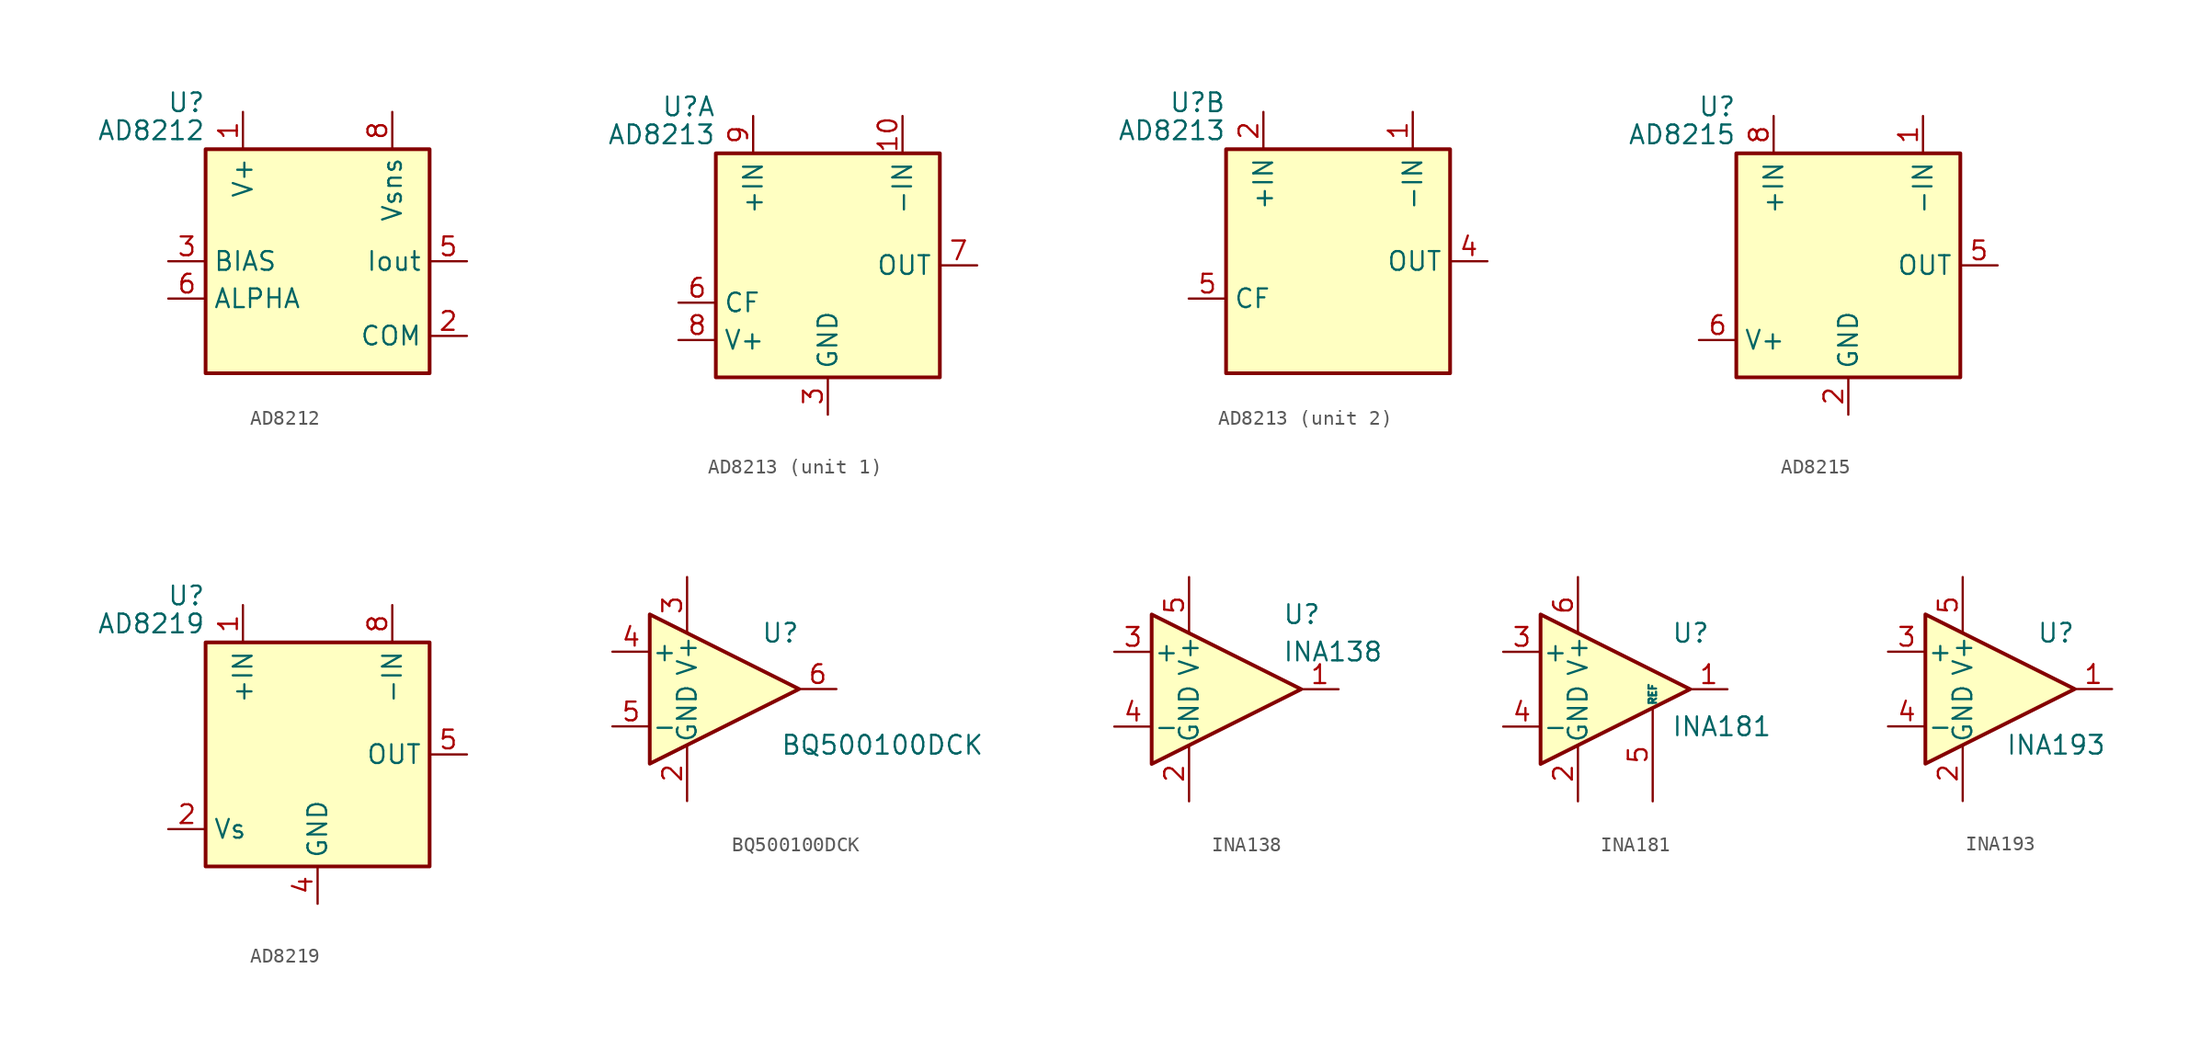
<source format=kicad_sym>
(kicad_symbol_lib
  (version 20220914)
  (generator kicad_symbol_editor)
  (symbol "AD8212"
    (property "Reference" "U"
      (at -7.62 10.795 0)
      (effects (font (size 1.27 1.27)) (justify right)))
    (property "Value" "AD8212"
      (at -7.62 8.89 0)
      (effects (font (size 1.27 1.27)) (justify right)))
    (symbol "AD8212_0_1"
      (rectangle (start -7.62 7.62) (end 7.62 -7.62) (stroke (width 0.254) (type default)) (fill (type background))))
    (symbol "AD8212_1_1"
      (pin power_in line (at -5.08 10.16 270) (length 2.54) (name "V+" (effects (font (size 1.27 1.27)))) (number "1" (effects (font (size 1.27 1.27)))))
      (pin input line (at 10.16 -5.08 180) (length 2.54) (name "COM" (effects (font (size 1.27 1.27)))) (number "2" (effects (font (size 1.27 1.27)))))
      (pin input line (at -10.16 0 0) (length 2.54) (name "BIAS" (effects (font (size 1.27 1.27)))) (number "3" (effects (font (size 1.27 1.27)))))
      (pin no_connect line (at -2.54 -7.62 90) (length 2.54) hide (name "NC" (effects (font (size 1.27 1.27)))) (number "4" (effects (font (size 1.27 1.27)))))
      (pin output line (at 10.16 0 180) (length 2.54) (name "Iout" (effects (font (size 1.27 1.27)))) (number "5" (effects (font (size 1.27 1.27)))))
      (pin output line (at -10.16 -2.54 0) (length 2.54) (name "ALPHA" (effects (font (size 1.27 1.27)))) (number "6" (effects (font (size 1.27 1.27)))))
      (pin no_connect line (at 0 -7.62 90) (length 2.54) hide (name "NC" (effects (font (size 1.27 1.27)))) (number "7" (effects (font (size 1.27 1.27)))))
      (pin input line (at 5.08 10.16 270) (length 2.54) (name "Vsns" (effects (font (size 1.27 1.27)))) (number "8" (effects (font (size 1.27 1.27)))))))
  (symbol "AD8213"
    (property "Reference" "U"
      (at -7.62 10.795 0)
      (effects (font (size 1.27 1.27)) (justify right)))
    (property "Value" "AD8213"
      (at -7.62 8.89 0)
      (effects (font (size 1.27 1.27)) (justify right)))
    (symbol "AD8213_0_1"
      (rectangle (start -7.62 7.62) (end 7.62 -7.62) (stroke (width 0.254) (type default)) (fill (type background))))
    (symbol "AD8213_1_1"
      (pin input line (at 5.08 10.16 270) (length 2.54) (name "-IN" (effects (font (size 1.27 1.27)))) (number "10" (effects (font (size 1.27 1.27)))))
      (pin power_in line (at 0 -10.16 90) (length 2.54) (name "GND" (effects (font (size 1.27 1.27)))) (number "3" (effects (font (size 1.27 1.27)))))
      (pin passive line (at -10.16 -2.54 0) (length 2.54) (name "CF" (effects (font (size 1.27 1.27)))) (number "6" (effects (font (size 1.27 1.27)))))
      (pin output line (at 10.16 0 180) (length 2.54) (name "OUT" (effects (font (size 1.27 1.27)))) (number "7" (effects (font (size 1.27 1.27)))))
      (pin power_in line (at -10.16 -5.08 0) (length 2.54) (name "V+" (effects (font (size 1.27 1.27)))) (number "8" (effects (font (size 1.27 1.27)))))
      (pin input line (at -5.08 10.16 270) (length 2.54) (name "+IN" (effects (font (size 1.27 1.27)))) (number "9" (effects (font (size 1.27 1.27))))))
    (symbol "AD8213_2_1"
      (pin input line (at 5.08 10.16 270) (length 2.54) (name "-IN" (effects (font (size 1.27 1.27)))) (number "1" (effects (font (size 1.27 1.27)))))
      (pin input line (at -5.08 10.16 270) (length 2.54) (name "+IN" (effects (font (size 1.27 1.27)))) (number "2" (effects (font (size 1.27 1.27)))))
      (pin output line (at 10.16 0 180) (length 2.54) (name "OUT" (effects (font (size 1.27 1.27)))) (number "4" (effects (font (size 1.27 1.27)))))
      (pin passive line (at -10.16 -2.54 0) (length 2.54) (name "CF" (effects (font (size 1.27 1.27)))) (number "5" (effects (font (size 1.27 1.27)))))))
  (symbol "AD8215"
    (property "Reference" "U"
      (at -7.62 10.795 0)
      (effects (font (size 1.27 1.27)) (justify right)))
    (property "Value" "AD8215"
      (at -7.62 8.89 0)
      (effects (font (size 1.27 1.27)) (justify right)))
    (symbol "AD8215_0_1"
      (rectangle (start -7.62 7.62) (end 7.62 -7.62) (stroke (width 0.254) (type default)) (fill (type background))))
    (symbol "AD8215_1_1"
      (pin input line (at 5.08 10.16 270) (length 2.54) (name "-IN" (effects (font (size 1.27 1.27)))) (number "1" (effects (font (size 1.27 1.27)))))
      (pin power_in line (at 0 -10.16 90) (length 2.54) (name "GND" (effects (font (size 1.27 1.27)))) (number "2" (effects (font (size 1.27 1.27)))))
      (pin no_connect line (at -2.54 -7.62 90) (length 2.54) hide (name "NC" (effects (font (size 1.27 1.27)))) (number "3" (effects (font (size 1.27 1.27)))))
      (pin no_connect line (at 2.54 -7.62 90) (length 2.54) hide (name "NC" (effects (font (size 1.27 1.27)))) (number "4" (effects (font (size 1.27 1.27)))))
      (pin output line (at 10.16 0 180) (length 2.54) (name "OUT" (effects (font (size 1.27 1.27)))) (number "5" (effects (font (size 1.27 1.27)))))
      (pin power_in line (at -10.16 -5.08 0) (length 2.54) (name "V+" (effects (font (size 1.27 1.27)))) (number "6" (effects (font (size 1.27 1.27)))))
      (pin no_connect line (at 5.08 -7.62 90) (length 2.54) hide (name "NC" (effects (font (size 1.27 1.27)))) (number "7" (effects (font (size 1.27 1.27)))))
      (pin input line (at -5.08 10.16 270) (length 2.54) (name "+IN" (effects (font (size 1.27 1.27)))) (number "8" (effects (font (size 1.27 1.27)))))))
  (symbol "AD8219"
    (property "Reference" "U"
      (at -7.62 10.795 0)
      (effects (font (size 1.27 1.27)) (justify right)))
    (property "Value" "AD8219"
      (at -7.62 8.89 0)
      (effects (font (size 1.27 1.27)) (justify right)))
    (symbol "AD8219_0_1"
      (rectangle (start -7.62 7.62) (end 7.62 -7.62) (stroke (width 0.254) (type default)) (fill (type background))))
    (symbol "AD8219_1_1"
      (pin input line (at -5.08 10.16 270) (length 2.54) (name "+IN" (effects (font (size 1.27 1.27)))) (number "1" (effects (font (size 1.27 1.27)))))
      (pin power_in line (at -10.16 -5.08 0) (length 2.54) (name "Vs" (effects (font (size 1.27 1.27)))) (number "2" (effects (font (size 1.27 1.27)))))
      (pin no_connect line (at -2.54 -7.62 90) (length 2.54) hide (name "NC" (effects (font (size 1.27 1.27)))) (number "3" (effects (font (size 1.27 1.27)))))
      (pin power_in line (at 0 -10.16 90) (length 2.54) (name "GND" (effects (font (size 1.27 1.27)))) (number "4" (effects (font (size 1.27 1.27)))))
      (pin output line (at 10.16 0 180) (length 2.54) (name "OUT" (effects (font (size 1.27 1.27)))) (number "5" (effects (font (size 1.27 1.27)))))
      (pin no_connect line (at 2.54 -7.62 90) (length 2.54) hide (name "NC" (effects (font (size 1.27 1.27)))) (number "6" (effects (font (size 1.27 1.27)))))
      (pin no_connect line (at 5.08 -7.62 90) (length 2.54) hide (name "NC" (effects (font (size 1.27 1.27)))) (number "7" (effects (font (size 1.27 1.27)))))
      (pin input line (at 5.08 10.16 270) (length 2.54) (name "-IN" (effects (font (size 1.27 1.27)))) (number "8" (effects (font (size 1.27 1.27)))))))
  (symbol "BQ500100DCK"
    (pin_names
      (offset 0.127))
    (property "Reference" "U"
      (at 3.81 3.81 0)
      (effects (font (size 1.27 1.27))))
    (property "Value" "BQ500100DCK"
      (at 3.81 -3.81 0)
      (effects (font (size 1.27 1.27)) (justify left)))
    (symbol "BQ500100DCK_0_1"
      (polyline (pts (xy 5.08 0) (xy -5.08 5.08) (xy -5.08 -5.08) (xy 5.08 0)) (stroke (width 0.254) (type default)) (fill (type background))))
    (symbol "BQ500100DCK_1_1"
      (pin passive line (at -2.54 -7.62 90) (length 3.81) hide (name "GND" (effects (font (size 1.27 1.27)))) (number "1" (effects (font (size 1.27 1.27)))))
      (pin power_in line (at -2.54 -7.62 90) (length 3.81) (name "GND" (effects (font (size 1.27 1.27)))) (number "2" (effects (font (size 1.27 1.27)))))
      (pin power_in line (at -2.54 7.62 270) (length 3.81) (name "V+" (effects (font (size 1.27 1.27)))) (number "3" (effects (font (size 1.27 1.27)))))
      (pin input line (at -7.62 2.54 0) (length 2.54) (name "+" (effects (font (size 1.27 1.27)))) (number "4" (effects (font (size 1.27 1.27)))))
      (pin input line (at -7.62 -2.54 0) (length 2.54) (name "-" (effects (font (size 1.27 1.27)))) (number "5" (effects (font (size 1.27 1.27)))))
      (pin output line (at 7.62 0 180) (length 2.54) (name "~" (effects (font (size 1.27 1.27)))) (number "6" (effects (font (size 1.27 1.27)))))))
  (symbol "INA138"
    (pin_names
      (offset 0.127))
    (property "Reference" "U"
      (at 3.81 5.08 0)
      (effects (font (size 1.27 1.27)) (justify left)))
    (property "Value" "INA138"
      (at 3.81 2.54 0)
      (effects (font (size 1.27 1.27)) (justify left)))
    (symbol "INA138_0_1"
      (polyline (pts (xy -5.08 5.08) (xy 5.08 0) (xy -5.08 -5.08) (xy -5.08 5.08)) (stroke (width 0.254) (type default)) (fill (type background))))
    (symbol "INA138_1_1"
      (pin output line (at 7.62 0 180) (length 2.54) (name "~" (effects (font (size 1.27 1.27)))) (number "1" (effects (font (size 1.27 1.27)))))
      (pin power_in line (at -2.54 -7.62 90) (length 3.81) (name "GND" (effects (font (size 1.27 1.27)))) (number "2" (effects (font (size 1.27 1.27)))))
      (pin input line (at -7.62 2.54 0) (length 2.54) (name "+" (effects (font (size 1.27 1.27)))) (number "3" (effects (font (size 1.27 1.27)))))
      (pin input line (at -7.62 -2.54 0) (length 2.54) (name "-" (effects (font (size 1.27 1.27)))) (number "4" (effects (font (size 1.27 1.27)))))
      (pin power_in line (at -2.54 7.62 270) (length 3.81) (name "V+" (effects (font (size 1.27 1.27)))) (number "5" (effects (font (size 1.27 1.27)))))))
  (symbol "INA181"
    (pin_names
      (offset 0.127))
    (property "Reference" "U"
      (at 3.81 3.81 0)
      (effects (font (size 1.27 1.27)) (justify left)))
    (property "Value" "INA181"
      (at 3.81 -2.54 0)
      (effects (font (size 1.27 1.27)) (justify left)))
    (symbol "INA181_0_1"
      (polyline (pts (xy 5.08 0) (xy -5.08 5.08) (xy -5.08 -5.08) (xy 5.08 0)) (stroke (width 0.254) (type default)) (fill (type background))))
    (symbol "INA181_1_1"
      (pin output line (at 7.62 0 180) (length 2.54) (name "~" (effects (font (size 1.27 1.27)))) (number "1" (effects (font (size 1.27 1.27)))))
      (pin power_in line (at -2.54 -7.62 90) (length 3.81) (name "GND" (effects (font (size 1.27 1.27)))) (number "2" (effects (font (size 1.27 1.27)))))
      (pin input line (at -7.62 2.54 0) (length 2.54) (name "+" (effects (font (size 1.27 1.27)))) (number "3" (effects (font (size 1.27 1.27)))))
      (pin input line (at -7.62 -2.54 0) (length 2.54) (name "-" (effects (font (size 1.27 1.27)))) (number "4" (effects (font (size 1.27 1.27)))))
      (pin input line (at 2.54 -7.62 90) (length 6.35) (name "REF" (effects (font (size 0.508 0.508)))) (number "5" (effects (font (size 1.27 1.27)))))
      (pin power_in line (at -2.54 7.62 270) (length 3.81) (name "V+" (effects (font (size 1.27 1.27)))) (number "6" (effects (font (size 1.27 1.27)))))))
  (symbol "INA193"
    (pin_names
      (offset 0.127))
    (property "Reference" "U"
      (at 3.81 3.81 0)
      (effects (font (size 1.27 1.27))))
    (property "Value" "INA193"
      (at 3.81 -3.81 0)
      (effects (font (size 1.27 1.27))))
    (symbol "INA193_0_1"
      (polyline (pts (xy 5.08 0) (xy -5.08 5.08) (xy -5.08 -5.08) (xy 5.08 0)) (stroke (width 0.254) (type default)) (fill (type background))))
    (symbol "INA193_1_1"
      (pin output line (at 7.62 0 180) (length 2.54) (name "~" (effects (font (size 1.27 1.27)))) (number "1" (effects (font (size 1.27 1.27)))))
      (pin power_in line (at -2.54 -7.62 90) (length 3.81) (name "GND" (effects (font (size 1.27 1.27)))) (number "2" (effects (font (size 1.27 1.27)))))
      (pin input line (at -7.62 2.54 0) (length 2.54) (name "+" (effects (font (size 1.27 1.27)))) (number "3" (effects (font (size 1.27 1.27)))))
      (pin input line (at -7.62 -2.54 0) (length 2.54) (name "-" (effects (font (size 1.27 1.27)))) (number "4" (effects (font (size 1.27 1.27)))))
      (pin power_in line (at -2.54 7.62 270) (length 3.81) (name "V+" (effects (font (size 1.27 1.27)))) (number "5" (effects (font (size 1.27 1.27))))))))
</source>
